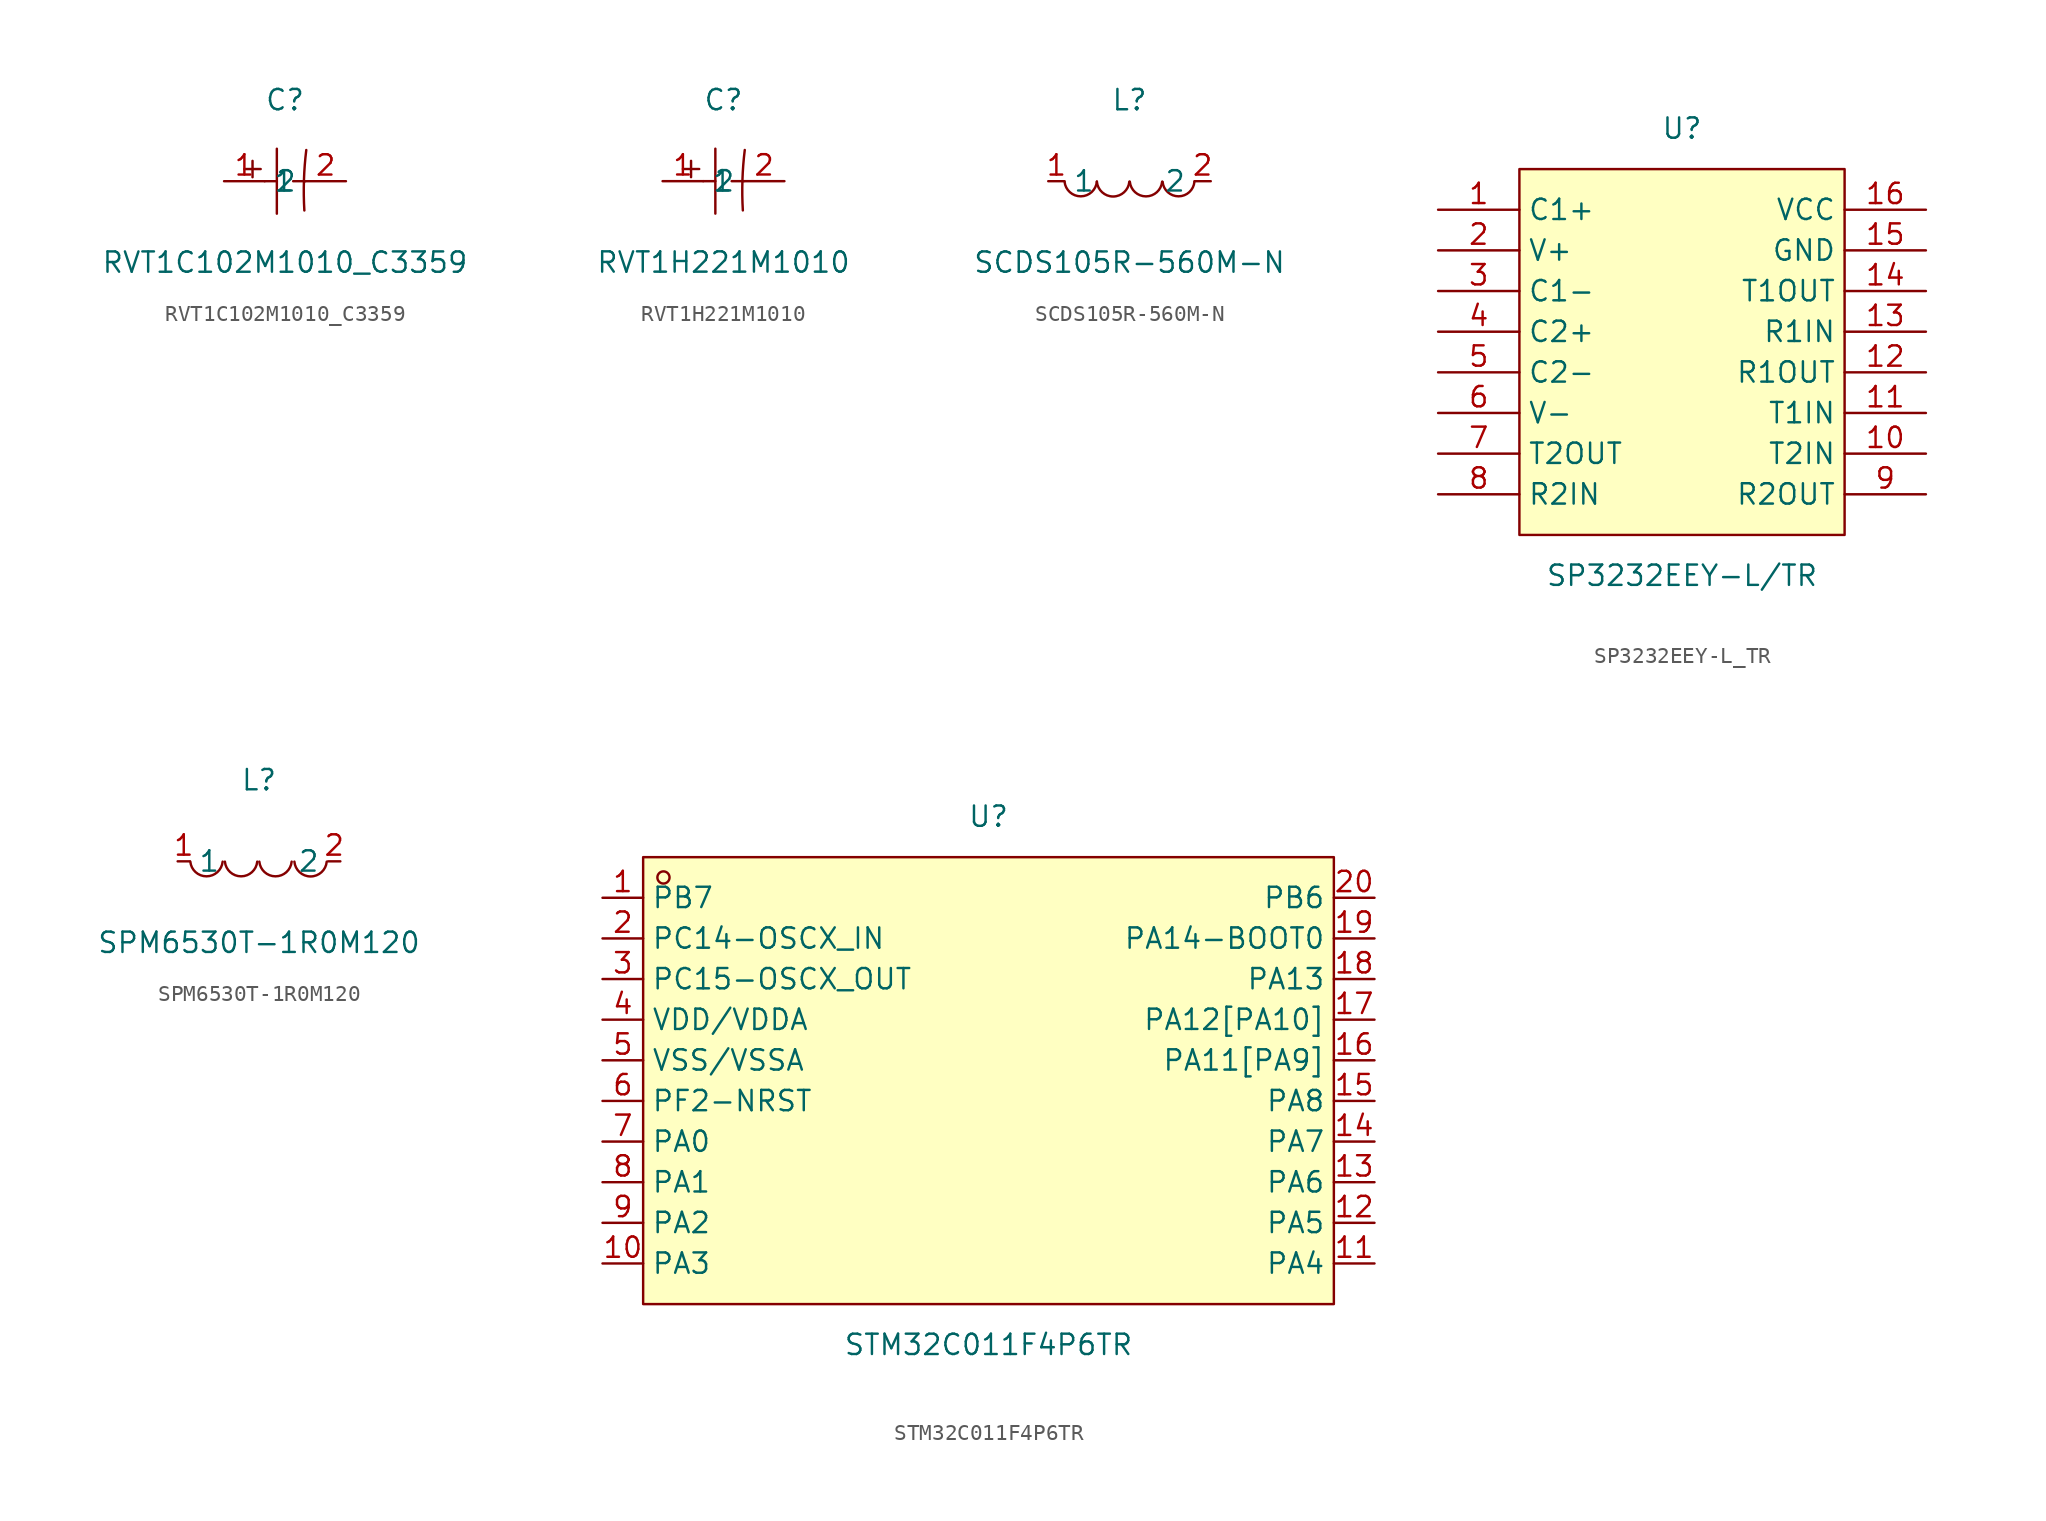
<source format=kicad_sym>
(kicad_symbol_lib
  (version 20211014)
  (generator https://github.com/uPesy/easyeda2kicad.py)
  (symbol "RVT1C102M1010_C3359"
    (property "Reference" "C"
      (at 0 5.08 0)
      (effects (font (size 1.27 1.27))))
    (property "Value" "RVT1C102M1010_C3359"
      (at 0 -5.08 0)
      (effects (font (size 1.27 1.27))))
    (symbol "RVT1C102M1010_C3359_0_1"
      (arc (start 1.33 1.95) (mid 1.22 -1.99) (end 1.21 -1.83) (stroke (width 0) (type default) (color 0 0 0 0)) (fill (type none)))
      (polyline (pts (xy -0.51 2.03) (xy -0.51 -2.03)) (stroke (width 0) (type default) (color 0 0 0 0)) (fill (type none)))
      (polyline (pts (xy -1.27 -0.00) (xy -0.51 -0.00)) (stroke (width 0) (type default) (color 0 0 0 0)) (fill (type none)))
      (polyline (pts (xy 0.51 -0.00) (xy 1.27 -0.00)) (stroke (width 0) (type default) (color 0 0 0 0)) (fill (type none)))
      (polyline (pts (xy -2.54 0.76) (xy -1.52 0.76)) (stroke (width 0) (type default) (color 0 0 0 0)) (fill (type none)))
      (polyline (pts (xy -2.03 1.27) (xy -2.03 0.25)) (stroke (width 0) (type default) (color 0 0 0 0)) (fill (type none)))
      (pin input line (at -3.81 -0.00 0) (length 2.54) (name "1" (effects (font (size 1.27 1.27)))) (number "1" (effects (font (size 1.27 1.27)))))
      (pin input line (at 3.81 -0.00 180) (length 2.54) (name "2" (effects (font (size 1.27 1.27)))) (number "2" (effects (font (size 1.27 1.27)))))))
  (symbol "RVT1H221M1010"
    (property "Reference" "C"
      (at 0 5.08 0)
      (effects (font (size 1.27 1.27))))
    (property "Value" "RVT1H221M1010"
      (at 0 -5.08 0)
      (effects (font (size 1.27 1.27))))
    (symbol "RVT1H221M1010_0_1"
      (arc (start 1.33 1.95) (mid 1.22 -1.99) (end 1.21 -1.83) (stroke (width 0) (type default) (color 0 0 0 0)) (fill (type none)))
      (polyline (pts (xy -0.51 2.03) (xy -0.51 -2.03)) (stroke (width 0) (type default) (color 0 0 0 0)) (fill (type none)))
      (polyline (pts (xy -1.27 -0.00) (xy -0.51 -0.00)) (stroke (width 0) (type default) (color 0 0 0 0)) (fill (type none)))
      (polyline (pts (xy 0.51 -0.00) (xy 1.27 -0.00)) (stroke (width 0) (type default) (color 0 0 0 0)) (fill (type none)))
      (polyline (pts (xy -2.54 0.76) (xy -1.52 0.76)) (stroke (width 0) (type default) (color 0 0 0 0)) (fill (type none)))
      (polyline (pts (xy -2.03 1.27) (xy -2.03 0.25)) (stroke (width 0) (type default) (color 0 0 0 0)) (fill (type none)))
      (pin input line (at -3.81 -0.00 0) (length 2.54) (name "1" (effects (font (size 1.27 1.27)))) (number "1" (effects (font (size 1.27 1.27)))))
      (pin input line (at 3.81 -0.00 180) (length 2.54) (name "2" (effects (font (size 1.27 1.27)))) (number "2" (effects (font (size 1.27 1.27)))))))
  (symbol "SCDS105R-560M-N"
    (property "Reference" "L"
      (at 0 5.08 0)
      (effects (font (size 1.27 1.27))))
    (property "Value" "SCDS105R-560M-N"
      (at 0 -5.08 0)
      (effects (font (size 1.27 1.27))))
    (symbol "SCDS105R-560M-N_0_1"
      (arc (start -4.06 -0.03) (mid -2.44 -0.93) (end -2.04 -0.02) (stroke (width 0) (type default) (color 0 0 0 0)) (fill (type none)))
      (arc (start -2.04 -0.03) (mid -0.56 -1.03) (end -0.01 -0.03) (stroke (width 0) (type default) (color 0 0 0 0)) (fill (type none)))
      (arc (start 0.02 -0.03) (mid 1.49 -1.03) (end 2.04 -0.03) (stroke (width 0) (type default) (color 0 0 0 0)) (fill (type none)))
      (arc (start 2.07 -0.04) (mid 3.44 -1.05) (end 4.06 -0.03) (stroke (width 0) (type default) (color 0 0 0 0)) (fill (type none)))
      (pin unspecified line (at 5.08 -0.00 180) (length 1.016) (name "2" (effects (font (size 1.27 1.27)))) (number "2" (effects (font (size 1.27 1.27)))))
      (pin unspecified line (at -5.08 -0.00 0) (length 1.016) (name "1" (effects (font (size 1.27 1.27)))) (number "1" (effects (font (size 1.27 1.27)))))))
  (symbol "SP3232EEY-L_TR"
    (property "Reference" "U"
      (at 0 13.97 0)
      (effects (font (size 1.27 1.27))))
    (property "Value" "SP3232EEY-L/TR"
      (at 0 -13.97 0)
      (effects (font (size 1.27 1.27))))
    (symbol "SP3232EEY-L_TR_0_1"
      (rectangle (start -10.16 11.43) (end 10.16 -11.43) (stroke (width 0) (type default) (color 0 0 0 0)) (fill (type background)))
      (pin unspecified line (at -15.24 8.89 0) (length 5.08) (name "C1+" (effects (font (size 1.27 1.27)))) (number "1" (effects (font (size 1.27 1.27)))))
      (pin unspecified line (at -15.24 6.35 0) (length 5.08) (name "V+" (effects (font (size 1.27 1.27)))) (number "2" (effects (font (size 1.27 1.27)))))
      (pin unspecified line (at -15.24 3.81 0) (length 5.08) (name "C1-" (effects (font (size 1.27 1.27)))) (number "3" (effects (font (size 1.27 1.27)))))
      (pin unspecified line (at -15.24 1.27 0) (length 5.08) (name "C2+" (effects (font (size 1.27 1.27)))) (number "4" (effects (font (size 1.27 1.27)))))
      (pin unspecified line (at -15.24 -1.27 0) (length 5.08) (name "C2-" (effects (font (size 1.27 1.27)))) (number "5" (effects (font (size 1.27 1.27)))))
      (pin unspecified line (at -15.24 -3.81 0) (length 5.08) (name "V-" (effects (font (size 1.27 1.27)))) (number "6" (effects (font (size 1.27 1.27)))))
      (pin unspecified line (at -15.24 -6.35 0) (length 5.08) (name "T2OUT" (effects (font (size 1.27 1.27)))) (number "7" (effects (font (size 1.27 1.27)))))
      (pin unspecified line (at -15.24 -8.89 0) (length 5.08) (name "R2IN" (effects (font (size 1.27 1.27)))) (number "8" (effects (font (size 1.27 1.27)))))
      (pin unspecified line (at 15.24 -8.89 180) (length 5.08) (name "R2OUT" (effects (font (size 1.27 1.27)))) (number "9" (effects (font (size 1.27 1.27)))))
      (pin unspecified line (at 15.24 -6.35 180) (length 5.08) (name "T2IN" (effects (font (size 1.27 1.27)))) (number "10" (effects (font (size 1.27 1.27)))))
      (pin unspecified line (at 15.24 -3.81 180) (length 5.08) (name "T1IN" (effects (font (size 1.27 1.27)))) (number "11" (effects (font (size 1.27 1.27)))))
      (pin unspecified line (at 15.24 -1.27 180) (length 5.08) (name "R1OUT" (effects (font (size 1.27 1.27)))) (number "12" (effects (font (size 1.27 1.27)))))
      (pin unspecified line (at 15.24 1.27 180) (length 5.08) (name "R1IN" (effects (font (size 1.27 1.27)))) (number "13" (effects (font (size 1.27 1.27)))))
      (pin unspecified line (at 15.24 3.81 180) (length 5.08) (name "T1OUT" (effects (font (size 1.27 1.27)))) (number "14" (effects (font (size 1.27 1.27)))))
      (pin unspecified line (at 15.24 6.35 180) (length 5.08) (name "GND" (effects (font (size 1.27 1.27)))) (number "15" (effects (font (size 1.27 1.27)))))
      (pin unspecified line (at 15.24 8.89 180) (length 5.08) (name "VCC" (effects (font (size 1.27 1.27)))) (number "16" (effects (font (size 1.27 1.27)))))))
  (symbol "SPM6530T-1R0M120"
    (property "Reference" "L"
      (at 0 5.08 0)
      (effects (font (size 1.27 1.27))))
    (property "Value" "SPM6530T-1R0M120"
      (at 0 -5.08 0)
      (effects (font (size 1.27 1.27))))
    (symbol "SPM6530T-1R0M120_0_1"
      (arc (start -4.29 -0.02) (mid -2.52 -0.79) (end -2.27 -0.02) (stroke (width 0) (type default) (color 0 0 0 0)) (fill (type none)))
      (arc (start -2.13 -0.02) (mid -0.36 -0.79) (end -0.11 -0.02) (stroke (width 0) (type default) (color 0 0 0 0)) (fill (type none)))
      (arc (start 0.02 -0.02) (mid 1.79 -0.79) (end 2.04 -0.02) (stroke (width 0) (type default) (color 0 0 0 0)) (fill (type none)))
      (arc (start 2.21 -0.02) (mid 3.30 -1.12) (end 4.23 -0.02) (stroke (width 0) (type default) (color 0 0 0 0)) (fill (type none)))
      (pin unspecified line (at 5.08 -0.00 180) (length 0.762) (name "2" (effects (font (size 1.27 1.27)))) (number "2" (effects (font (size 1.27 1.27)))))
      (pin unspecified line (at -5.08 -0.00 0) (length 0.762) (name "1" (effects (font (size 1.27 1.27)))) (number "1" (effects (font (size 1.27 1.27)))))))
  (symbol "STM32C011F4P6TR"
    (property "Reference" "U"
      (at 0 16.51 0)
      (effects (font (size 1.27 1.27))))
    (property "Value" "STM32C011F4P6TR"
      (at 0 -16.51 0)
      (effects (font (size 1.27 1.27))))
    (symbol "STM32C011F4P6TR_0_1"
      (rectangle (start -21.59 13.97) (end 21.59 -13.97) (stroke (width 0) (type default) (color 0 0 0 0)) (fill (type background)))
      (circle (center -20.32 12.70) (radius 0.38) (stroke (width 0) (type default) (color 0 0 0 0)) (fill (type none)))
      (pin unspecified line (at -24.13 11.43 0) (length 2.54) (name "PB7" (effects (font (size 1.27 1.27)))) (number "1" (effects (font (size 1.27 1.27)))))
      (pin unspecified line (at -24.13 8.89 0) (length 2.54) (name "PC14-OSCX_IN" (effects (font (size 1.27 1.27)))) (number "2" (effects (font (size 1.27 1.27)))))
      (pin unspecified line (at -24.13 6.35 0) (length 2.54) (name "PC15-OSCX_OUT" (effects (font (size 1.27 1.27)))) (number "3" (effects (font (size 1.27 1.27)))))
      (pin unspecified line (at -24.13 3.81 0) (length 2.54) (name "VDD/VDDA" (effects (font (size 1.27 1.27)))) (number "4" (effects (font (size 1.27 1.27)))))
      (pin unspecified line (at -24.13 1.27 0) (length 2.54) (name "VSS/VSSA" (effects (font (size 1.27 1.27)))) (number "5" (effects (font (size 1.27 1.27)))))
      (pin unspecified line (at -24.13 -1.27 0) (length 2.54) (name "PF2-NRST" (effects (font (size 1.27 1.27)))) (number "6" (effects (font (size 1.27 1.27)))))
      (pin unspecified line (at -24.13 -3.81 0) (length 2.54) (name "PA0" (effects (font (size 1.27 1.27)))) (number "7" (effects (font (size 1.27 1.27)))))
      (pin unspecified line (at -24.13 -6.35 0) (length 2.54) (name "PA1" (effects (font (size 1.27 1.27)))) (number "8" (effects (font (size 1.27 1.27)))))
      (pin unspecified line (at -24.13 -8.89 0) (length 2.54) (name "PA2" (effects (font (size 1.27 1.27)))) (number "9" (effects (font (size 1.27 1.27)))))
      (pin unspecified line (at -24.13 -11.43 0) (length 2.54) (name "PA3" (effects (font (size 1.27 1.27)))) (number "10" (effects (font (size 1.27 1.27)))))
      (pin unspecified line (at 24.13 -11.43 180) (length 2.54) (name "PA4" (effects (font (size 1.27 1.27)))) (number "11" (effects (font (size 1.27 1.27)))))
      (pin unspecified line (at 24.13 -8.89 180) (length 2.54) (name "PA5" (effects (font (size 1.27 1.27)))) (number "12" (effects (font (size 1.27 1.27)))))
      (pin unspecified line (at 24.13 -6.35 180) (length 2.54) (name "PA6" (effects (font (size 1.27 1.27)))) (number "13" (effects (font (size 1.27 1.27)))))
      (pin unspecified line (at 24.13 -3.81 180) (length 2.54) (name "PA7" (effects (font (size 1.27 1.27)))) (number "14" (effects (font (size 1.27 1.27)))))
      (pin unspecified line (at 24.13 -1.27 180) (length 2.54) (name "PA8" (effects (font (size 1.27 1.27)))) (number "15" (effects (font (size 1.27 1.27)))))
      (pin unspecified line (at 24.13 1.27 180) (length 2.54) (name "PA11[PA9]" (effects (font (size 1.27 1.27)))) (number "16" (effects (font (size 1.27 1.27)))))
      (pin unspecified line (at 24.13 3.81 180) (length 2.54) (name "PA12[PA10]" (effects (font (size 1.27 1.27)))) (number "17" (effects (font (size 1.27 1.27)))))
      (pin unspecified line (at 24.13 6.35 180) (length 2.54) (name "PA13" (effects (font (size 1.27 1.27)))) (number "18" (effects (font (size 1.27 1.27)))))
      (pin unspecified line (at 24.13 8.89 180) (length 2.54) (name "PA14-BOOT0" (effects (font (size 1.27 1.27)))) (number "19" (effects (font (size 1.27 1.27)))))
      (pin unspecified line (at 24.13 11.43 180) (length 2.54) (name "PB6" (effects (font (size 1.27 1.27)))) (number "20" (effects (font (size 1.27 1.27))))))))
</source>
